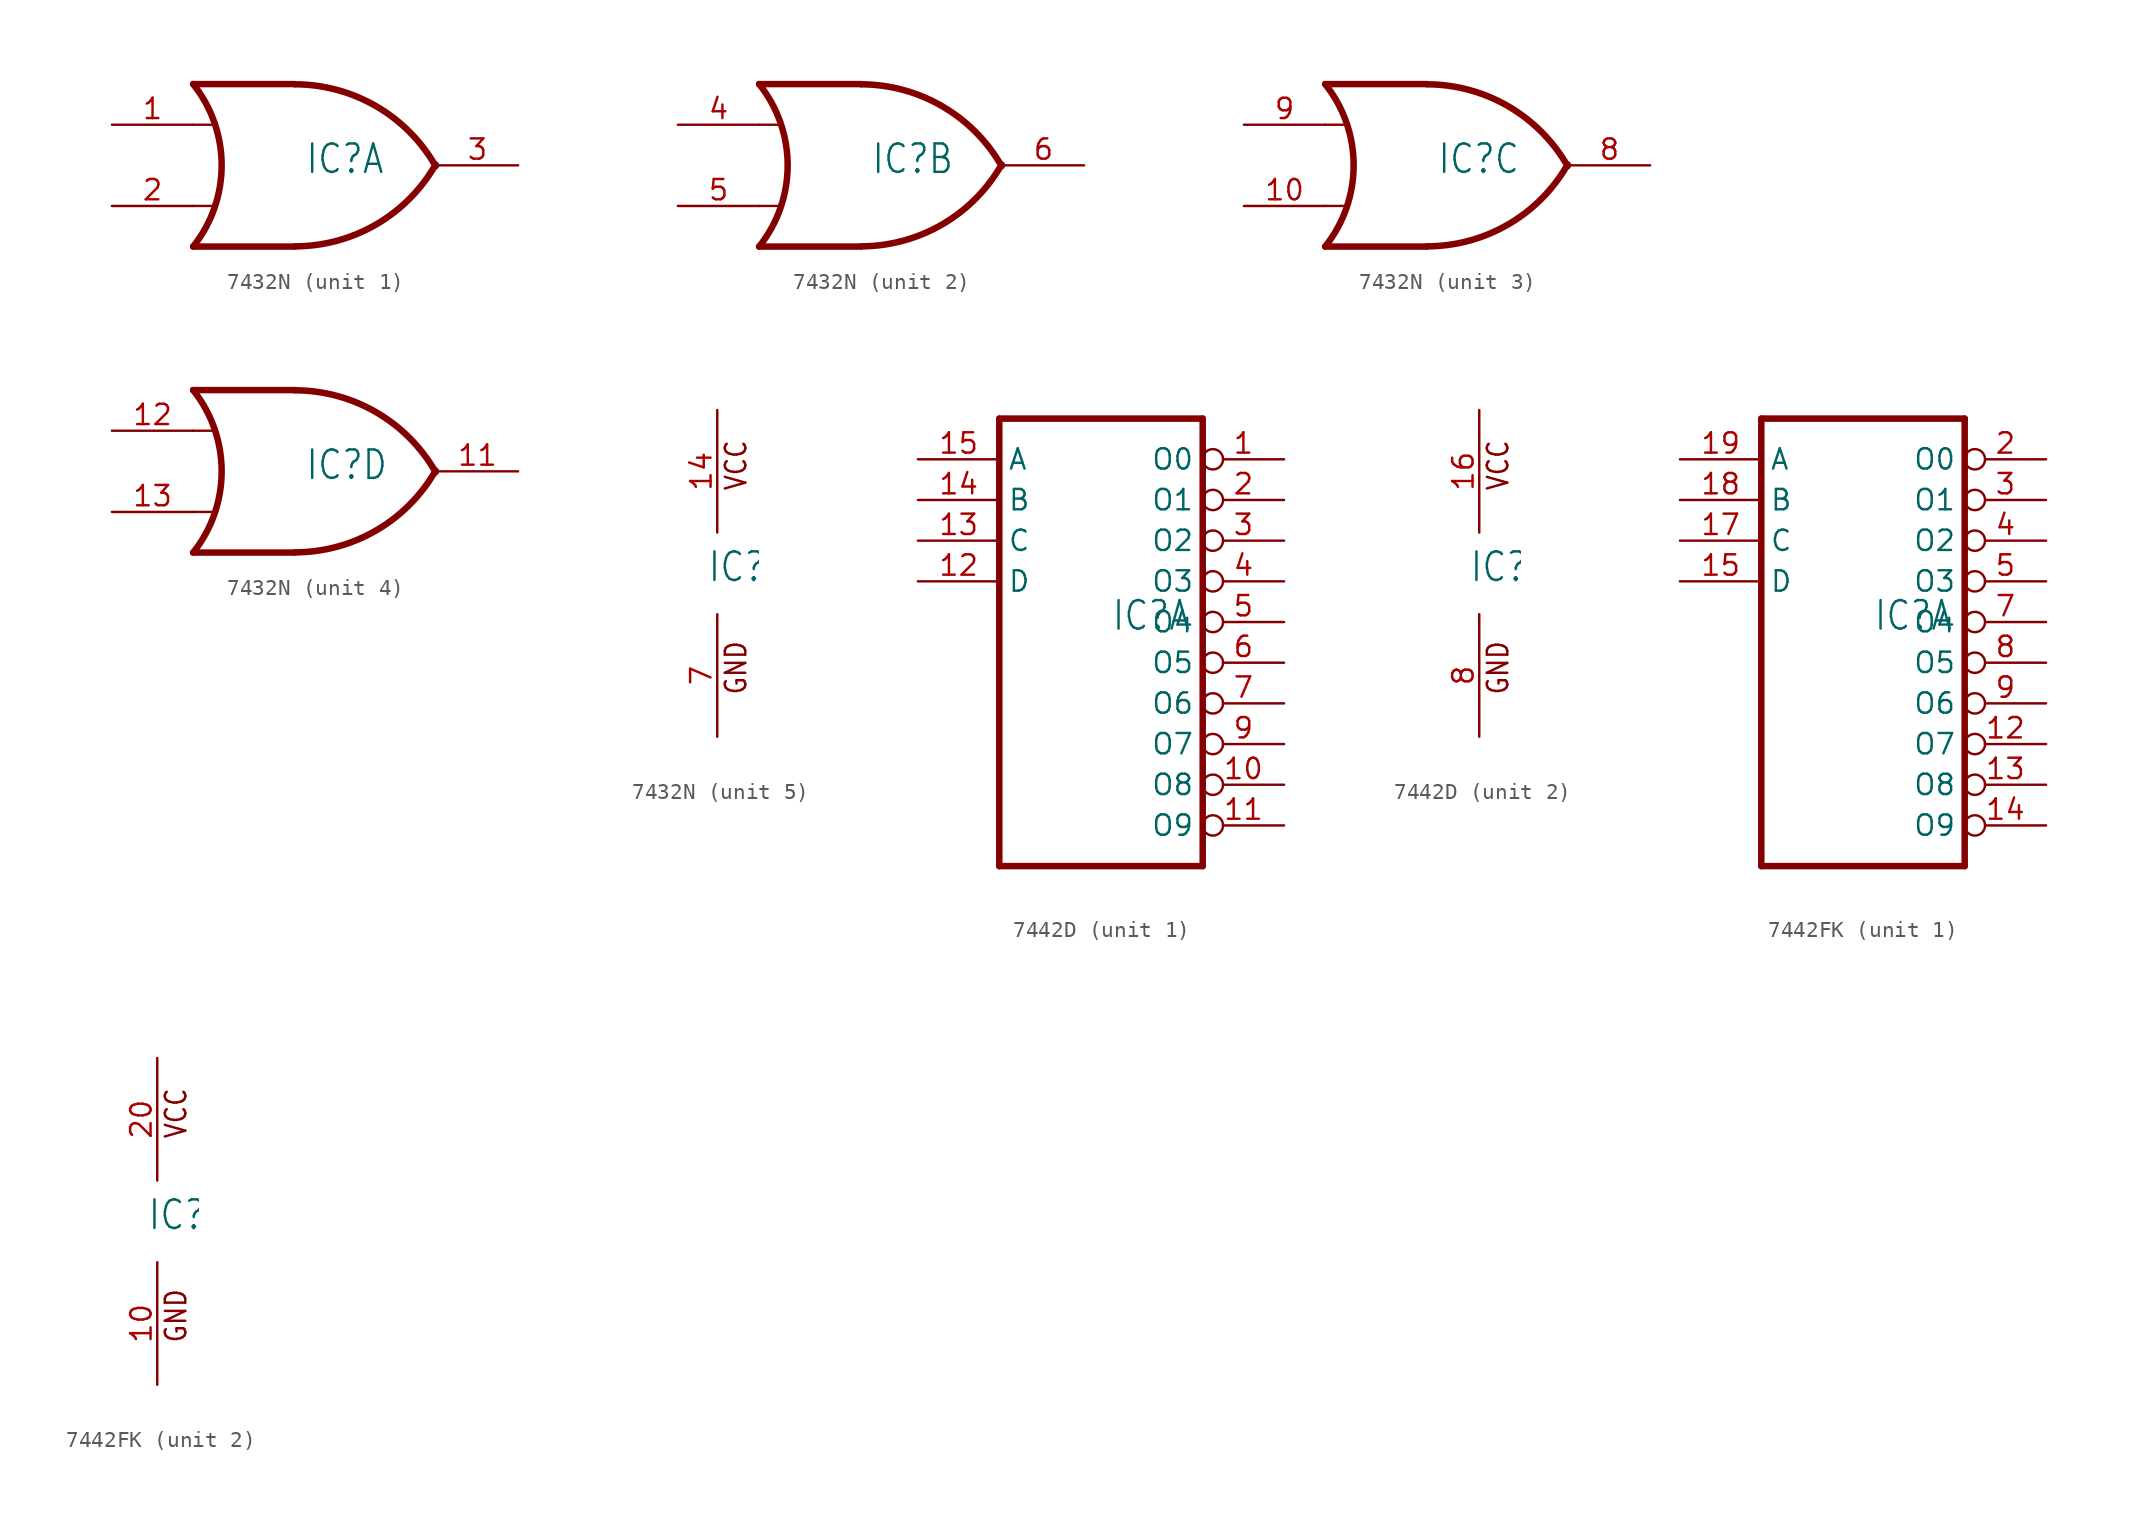
<source format=kicad_sym>
(kicad_symbol_lib
  (version 20220914)
  (generator kicad_symbol_editor)
  (symbol "7432N"
    (property "Reference" "IC"
      (at -0.635 -0.635 0)
      (effects (font (size 1.778 1.511)) (justify left bottom)))
    (property "ki_locked" ""
      (at 0 0 0)
      (effects (font (size 1.27 1.27))))
    (symbol "7432N_1_0"
      (arc (start -7.62 -5.08) (mid -5.838 0) (end -7.62 5.08) (stroke (width 0.4064) (type default)) (fill (type none)))
      (arc (start -1.2446 -5.0678) (mid 3.8372 -3.689) (end 7.5439 0.0507) (stroke (width 0.4064) (type default)) (fill (type none)))
      (polyline (pts (xy -7.62 -2.54) (xy -6.35 -2.54)) (stroke (width 0.152) (type default)) (fill (type none)))
      (polyline (pts (xy -7.62 2.54) (xy -6.35 2.54)) (stroke (width 0.152) (type default)) (fill (type none)))
      (polyline (pts (xy -1.27 -5.08) (xy -7.62 -5.08)) (stroke (width 0.406) (type default)) (fill (type none)))
      (polyline (pts (xy -1.27 5.08) (xy -7.62 5.08)) (stroke (width 0.406) (type default)) (fill (type none)))
      (arc (start 7.5442 -0.0505) (mid 3.8373 3.6892) (end -1.2446 5.0678) (stroke (width 0.4064) (type default)) (fill (type none)))
      (pin input line (at -12.7 2.54 0) (length 5.08) (name "I0" (effects (font (size 0 0)))) (number "1" (effects (font (size 1.27 1.27)))))
      (pin input line (at -12.7 -2.54 0) (length 5.08) (name "I1" (effects (font (size 0 0)))) (number "2" (effects (font (size 1.27 1.27)))))
      (pin output line (at 12.7 0 180) (length 5.08) (name "O" (effects (font (size 0 0)))) (number "3" (effects (font (size 1.27 1.27))))))
    (symbol "7432N_2_0"
      (arc (start -7.62 -5.08) (mid -5.838 0) (end -7.62 5.08) (stroke (width 0.4064) (type default)) (fill (type none)))
      (arc (start -1.2446 -5.0678) (mid 3.8372 -3.689) (end 7.5439 0.0507) (stroke (width 0.4064) (type default)) (fill (type none)))
      (polyline (pts (xy -7.62 -2.54) (xy -6.35 -2.54)) (stroke (width 0.152) (type default)) (fill (type none)))
      (polyline (pts (xy -7.62 2.54) (xy -6.35 2.54)) (stroke (width 0.152) (type default)) (fill (type none)))
      (polyline (pts (xy -1.27 -5.08) (xy -7.62 -5.08)) (stroke (width 0.406) (type default)) (fill (type none)))
      (polyline (pts (xy -1.27 5.08) (xy -7.62 5.08)) (stroke (width 0.406) (type default)) (fill (type none)))
      (arc (start 7.5442 -0.0505) (mid 3.8373 3.6892) (end -1.2446 5.0678) (stroke (width 0.4064) (type default)) (fill (type none)))
      (pin input line (at -12.7 2.54 0) (length 5.08) (name "I0" (effects (font (size 0 0)))) (number "4" (effects (font (size 1.27 1.27)))))
      (pin input line (at -12.7 -2.54 0) (length 5.08) (name "I1" (effects (font (size 0 0)))) (number "5" (effects (font (size 1.27 1.27)))))
      (pin output line (at 12.7 0 180) (length 5.08) (name "O" (effects (font (size 0 0)))) (number "6" (effects (font (size 1.27 1.27))))))
    (symbol "7432N_3_0"
      (arc (start -7.62 -5.08) (mid -5.838 0) (end -7.62 5.08) (stroke (width 0.4064) (type default)) (fill (type none)))
      (arc (start -1.2446 -5.0678) (mid 3.8372 -3.689) (end 7.5439 0.0507) (stroke (width 0.4064) (type default)) (fill (type none)))
      (polyline (pts (xy -7.62 -2.54) (xy -6.35 -2.54)) (stroke (width 0.152) (type default)) (fill (type none)))
      (polyline (pts (xy -7.62 2.54) (xy -6.35 2.54)) (stroke (width 0.152) (type default)) (fill (type none)))
      (polyline (pts (xy -1.27 -5.08) (xy -7.62 -5.08)) (stroke (width 0.406) (type default)) (fill (type none)))
      (polyline (pts (xy -1.27 5.08) (xy -7.62 5.08)) (stroke (width 0.406) (type default)) (fill (type none)))
      (arc (start 7.5442 -0.0505) (mid 3.8373 3.6892) (end -1.2446 5.0678) (stroke (width 0.4064) (type default)) (fill (type none)))
      (pin input line (at -12.7 -2.54 0) (length 5.08) (name "I1" (effects (font (size 0 0)))) (number "10" (effects (font (size 1.27 1.27)))))
      (pin output line (at 12.7 0 180) (length 5.08) (name "O" (effects (font (size 0 0)))) (number "8" (effects (font (size 1.27 1.27)))))
      (pin input line (at -12.7 2.54 0) (length 5.08) (name "I0" (effects (font (size 0 0)))) (number "9" (effects (font (size 1.27 1.27))))))
    (symbol "7432N_4_0"
      (arc (start -7.62 -5.08) (mid -5.838 0) (end -7.62 5.08) (stroke (width 0.4064) (type default)) (fill (type none)))
      (arc (start -1.2446 -5.0678) (mid 3.8372 -3.689) (end 7.5439 0.0507) (stroke (width 0.4064) (type default)) (fill (type none)))
      (polyline (pts (xy -7.62 -2.54) (xy -6.35 -2.54)) (stroke (width 0.152) (type default)) (fill (type none)))
      (polyline (pts (xy -7.62 2.54) (xy -6.35 2.54)) (stroke (width 0.152) (type default)) (fill (type none)))
      (polyline (pts (xy -1.27 -5.08) (xy -7.62 -5.08)) (stroke (width 0.406) (type default)) (fill (type none)))
      (polyline (pts (xy -1.27 5.08) (xy -7.62 5.08)) (stroke (width 0.406) (type default)) (fill (type none)))
      (arc (start 7.5442 -0.0505) (mid 3.8373 3.6892) (end -1.2446 5.0678) (stroke (width 0.4064) (type default)) (fill (type none)))
      (pin output line (at 12.7 0 180) (length 5.08) (name "O" (effects (font (size 0 0)))) (number "11" (effects (font (size 1.27 1.27)))))
      (pin input line (at -12.7 2.54 0) (length 5.08) (name "I0" (effects (font (size 0 0)))) (number "12" (effects (font (size 1.27 1.27)))))
      (pin input line (at -12.7 -2.54 0) (length 5.08) (name "I1" (effects (font (size 0 0)))) (number "13" (effects (font (size 1.27 1.27))))))
    (symbol "7432N_5_0"
      (text "GND" (at 1.905 -7.62 900) (effects (font (size 1.27 1.079)) (justify left bottom)))
      (text "VCC" (at 1.905 5.08 900) (effects (font (size 1.27 1.079)) (justify left bottom)))
      (pin power_in line (at 0 10.16 270) (length 7.62) (name "VCC" (effects (font (size 0 0)))) (number "14" (effects (font (size 1.27 1.27)))))
      (pin power_in line (at 0 -10.16 90) (length 7.62) (name "GND" (effects (font (size 0 0)))) (number "7" (effects (font (size 1.27 1.27)))))))
  (symbol "7442D"
    (property "Reference" "IC"
      (at -0.635 -0.635 0)
      (effects (font (size 1.778 1.511)) (justify left bottom)))
    (property "ki_locked" ""
      (at 0 0 0)
      (effects (font (size 1.27 1.27))))
    (symbol "7442D_1_0"
      (polyline (pts (xy -7.62 -15.24) (xy 5.08 -15.24)) (stroke (width 0.406) (type default)) (fill (type none)))
      (polyline (pts (xy -7.62 12.7) (xy -7.62 -15.24)) (stroke (width 0.406) (type default)) (fill (type none)))
      (polyline (pts (xy 5.08 -15.24) (xy 5.08 12.7)) (stroke (width 0.406) (type default)) (fill (type none)))
      (polyline (pts (xy 5.08 12.7) (xy -7.62 12.7)) (stroke (width 0.406) (type default)) (fill (type none)))
      (pin output inverted (at 10.16 10.16 180) (length 5.08) (name "O0" (effects (font (size 1.27 1.27)))) (number "1" (effects (font (size 1.27 1.27)))))
      (pin output inverted (at 10.16 -10.16 180) (length 5.08) (name "O8" (effects (font (size 1.27 1.27)))) (number "10" (effects (font (size 1.27 1.27)))))
      (pin output inverted (at 10.16 -12.7 180) (length 5.08) (name "O9" (effects (font (size 1.27 1.27)))) (number "11" (effects (font (size 1.27 1.27)))))
      (pin input line (at -12.7 2.54 0) (length 5.08) (name "D" (effects (font (size 1.27 1.27)))) (number "12" (effects (font (size 1.27 1.27)))))
      (pin input line (at -12.7 5.08 0) (length 5.08) (name "C" (effects (font (size 1.27 1.27)))) (number "13" (effects (font (size 1.27 1.27)))))
      (pin input line (at -12.7 7.62 0) (length 5.08) (name "B" (effects (font (size 1.27 1.27)))) (number "14" (effects (font (size 1.27 1.27)))))
      (pin input line (at -12.7 10.16 0) (length 5.08) (name "A" (effects (font (size 1.27 1.27)))) (number "15" (effects (font (size 1.27 1.27)))))
      (pin output inverted (at 10.16 7.62 180) (length 5.08) (name "O1" (effects (font (size 1.27 1.27)))) (number "2" (effects (font (size 1.27 1.27)))))
      (pin output inverted (at 10.16 5.08 180) (length 5.08) (name "O2" (effects (font (size 1.27 1.27)))) (number "3" (effects (font (size 1.27 1.27)))))
      (pin output inverted (at 10.16 2.54 180) (length 5.08) (name "O3" (effects (font (size 1.27 1.27)))) (number "4" (effects (font (size 1.27 1.27)))))
      (pin output inverted (at 10.16 0 180) (length 5.08) (name "O4" (effects (font (size 1.27 1.27)))) (number "5" (effects (font (size 1.27 1.27)))))
      (pin output inverted (at 10.16 -2.54 180) (length 5.08) (name "O5" (effects (font (size 1.27 1.27)))) (number "6" (effects (font (size 1.27 1.27)))))
      (pin output inverted (at 10.16 -5.08 180) (length 5.08) (name "O6" (effects (font (size 1.27 1.27)))) (number "7" (effects (font (size 1.27 1.27)))))
      (pin output inverted (at 10.16 -7.62 180) (length 5.08) (name "O7" (effects (font (size 1.27 1.27)))) (number "9" (effects (font (size 1.27 1.27))))))
    (symbol "7442D_2_0"
      (text "GND" (at 1.905 -7.62 900) (effects (font (size 1.27 1.079)) (justify left bottom)))
      (text "VCC" (at 1.905 5.08 900) (effects (font (size 1.27 1.079)) (justify left bottom)))
      (pin power_in line (at 0 10.16 270) (length 7.62) (name "VCC" (effects (font (size 0 0)))) (number "16" (effects (font (size 1.27 1.27)))))
      (pin power_in line (at 0 -10.16 90) (length 7.62) (name "GND" (effects (font (size 0 0)))) (number "8" (effects (font (size 1.27 1.27)))))))
  (symbol "7442FK"
    (property "Reference" "IC"
      (at -0.635 -0.635 0)
      (effects (font (size 1.778 1.511)) (justify left bottom)))
    (property "ki_locked" ""
      (at 0 0 0)
      (effects (font (size 1.27 1.27))))
    (symbol "7442FK_1_0"
      (polyline (pts (xy -7.62 -15.24) (xy 5.08 -15.24)) (stroke (width 0.406) (type default)) (fill (type none)))
      (polyline (pts (xy -7.62 12.7) (xy -7.62 -15.24)) (stroke (width 0.406) (type default)) (fill (type none)))
      (polyline (pts (xy 5.08 -15.24) (xy 5.08 12.7)) (stroke (width 0.406) (type default)) (fill (type none)))
      (polyline (pts (xy 5.08 12.7) (xy -7.62 12.7)) (stroke (width 0.406) (type default)) (fill (type none)))
      (pin output inverted (at 10.16 -7.62 180) (length 5.08) (name "O7" (effects (font (size 1.27 1.27)))) (number "12" (effects (font (size 1.27 1.27)))))
      (pin output inverted (at 10.16 -10.16 180) (length 5.08) (name "O8" (effects (font (size 1.27 1.27)))) (number "13" (effects (font (size 1.27 1.27)))))
      (pin output inverted (at 10.16 -12.7 180) (length 5.08) (name "O9" (effects (font (size 1.27 1.27)))) (number "14" (effects (font (size 1.27 1.27)))))
      (pin input line (at -12.7 2.54 0) (length 5.08) (name "D" (effects (font (size 1.27 1.27)))) (number "15" (effects (font (size 1.27 1.27)))))
      (pin input line (at -12.7 5.08 0) (length 5.08) (name "C" (effects (font (size 1.27 1.27)))) (number "17" (effects (font (size 1.27 1.27)))))
      (pin input line (at -12.7 7.62 0) (length 5.08) (name "B" (effects (font (size 1.27 1.27)))) (number "18" (effects (font (size 1.27 1.27)))))
      (pin input line (at -12.7 10.16 0) (length 5.08) (name "A" (effects (font (size 1.27 1.27)))) (number "19" (effects (font (size 1.27 1.27)))))
      (pin output inverted (at 10.16 10.16 180) (length 5.08) (name "O0" (effects (font (size 1.27 1.27)))) (number "2" (effects (font (size 1.27 1.27)))))
      (pin output inverted (at 10.16 7.62 180) (length 5.08) (name "O1" (effects (font (size 1.27 1.27)))) (number "3" (effects (font (size 1.27 1.27)))))
      (pin output inverted (at 10.16 5.08 180) (length 5.08) (name "O2" (effects (font (size 1.27 1.27)))) (number "4" (effects (font (size 1.27 1.27)))))
      (pin output inverted (at 10.16 2.54 180) (length 5.08) (name "O3" (effects (font (size 1.27 1.27)))) (number "5" (effects (font (size 1.27 1.27)))))
      (pin output inverted (at 10.16 0 180) (length 5.08) (name "O4" (effects (font (size 1.27 1.27)))) (number "7" (effects (font (size 1.27 1.27)))))
      (pin output inverted (at 10.16 -2.54 180) (length 5.08) (name "O5" (effects (font (size 1.27 1.27)))) (number "8" (effects (font (size 1.27 1.27)))))
      (pin output inverted (at 10.16 -5.08 180) (length 5.08) (name "O6" (effects (font (size 1.27 1.27)))) (number "9" (effects (font (size 1.27 1.27))))))
    (symbol "7442FK_2_0"
      (text "GND" (at 1.905 -7.62 900) (effects (font (size 1.27 1.079)) (justify left bottom)))
      (text "VCC" (at 1.905 5.08 900) (effects (font (size 1.27 1.079)) (justify left bottom)))
      (pin power_in line (at 0 -10.16 90) (length 7.62) (name "GND" (effects (font (size 0 0)))) (number "10" (effects (font (size 1.27 1.27)))))
      (pin power_in line (at 0 10.16 270) (length 7.62) (name "VCC" (effects (font (size 0 0)))) (number "20" (effects (font (size 1.27 1.27))))))))
</source>
